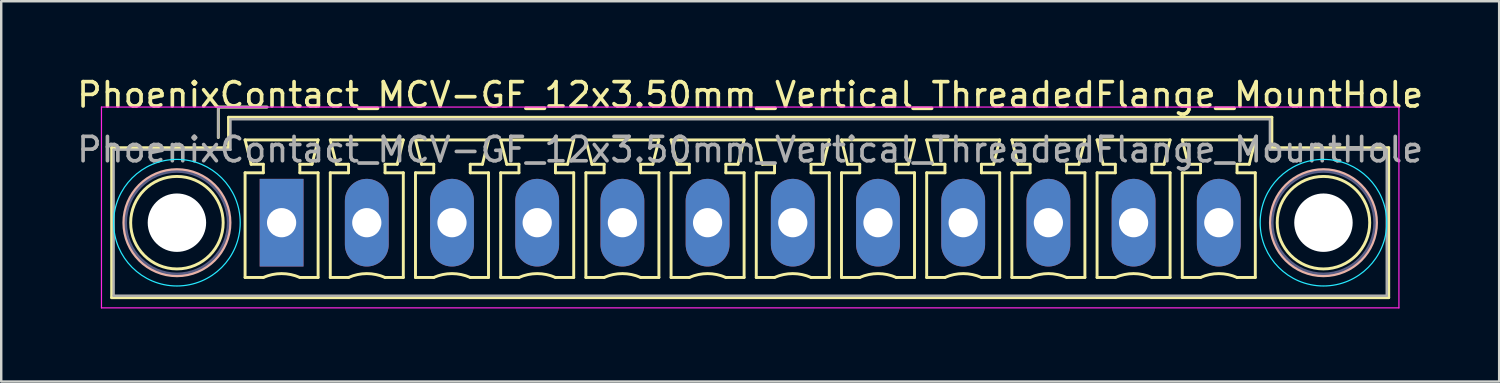
<source format=kicad_pcb>
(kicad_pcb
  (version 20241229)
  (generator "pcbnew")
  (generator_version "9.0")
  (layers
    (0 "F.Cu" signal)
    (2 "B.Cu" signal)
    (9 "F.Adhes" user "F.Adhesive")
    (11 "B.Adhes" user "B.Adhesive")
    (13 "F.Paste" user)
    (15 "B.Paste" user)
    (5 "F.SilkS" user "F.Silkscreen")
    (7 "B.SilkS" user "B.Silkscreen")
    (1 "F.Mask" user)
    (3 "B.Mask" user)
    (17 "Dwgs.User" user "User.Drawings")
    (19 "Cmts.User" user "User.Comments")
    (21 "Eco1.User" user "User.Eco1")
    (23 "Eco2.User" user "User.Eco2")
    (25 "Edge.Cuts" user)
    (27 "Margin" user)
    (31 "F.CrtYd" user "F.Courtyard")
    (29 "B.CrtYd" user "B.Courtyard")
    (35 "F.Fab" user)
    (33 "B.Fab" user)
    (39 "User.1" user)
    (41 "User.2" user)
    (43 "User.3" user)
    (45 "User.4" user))
  (footprint "PhoenixContact_MCV-GF_12x3.50mm_Vertical_ThreadedFlange_MountHole"
    (layer "F.Cu")
    (at 8.518 6.098)
    (property "Reference" "PhoenixContact_MCV-GF_12x3.50mm_Vertical_ThreadedFlange_MountHole" (at 19.25 -5.25 0) (layer "F.SilkS") (effects (font (size 1 1) (thickness 0.15))))
    (attr through_hole)
    (fp_line (start -6.98 -3.08) (end -6.98 3.08) (stroke (width 0.12) (type solid)) (layer "F.SilkS"))
    (fp_line (start -6.98 3.08) (end 45.48 3.08) (stroke (width 0.12) (type solid)) (layer "F.SilkS"))
    (fp_line (start -2.6 -4.75) (end -0.6 -4.75) (stroke (width 0.12) (type solid)) (layer "F.SilkS"))
    (fp_line (start -2.6 -3.5) (end -2.6 -4.75) (stroke (width 0.12) (type solid)) (layer "F.SilkS"))
    (fp_line (start -2.18 -4.33) (end -2.18 -3.08) (stroke (width 0.12) (type solid)) (layer "F.SilkS"))
    (fp_line (start -2.18 -3.08) (end -6.98 -3.08) (stroke (width 0.12) (type solid)) (layer "F.SilkS"))
    (fp_line (start -1.5 -3.4) (end 1.5 -3.4) (stroke (width 0.12) (type solid)) (layer "F.SilkS"))
    (fp_line (start -1.5 -2.05) (end -0.75 -2.05) (stroke (width 0.12) (type solid)) (layer "F.SilkS"))
    (fp_line (start -1.5 2.25) (end -1.5 -2.05) (stroke (width 0.12) (type solid)) (layer "F.SilkS"))
    (fp_line (start -1.25 -2.4) (end -1.5 -3.4) (stroke (width 0.12) (type solid)) (layer "F.SilkS"))
    (fp_line (start -0.75 -2.4) (end -1.25 -2.4) (stroke (width 0.12) (type solid)) (layer "F.SilkS"))
    (fp_line (start -0.75 -2.05) (end -0.75 -2.4) (stroke (width 0.12) (type solid)) (layer "F.SilkS"))
    (fp_line (start -0.75 2.25) (end -1.5 2.25) (stroke (width 0.12) (type solid)) (layer "F.SilkS"))
    (fp_line (start 0.75 -2.4) (end 0.75 -2.05) (stroke (width 0.12) (type solid)) (layer "F.SilkS"))
    (fp_line (start 0.75 -2.05) (end 1.5 -2.05) (stroke (width 0.12) (type solid)) (layer "F.SilkS"))
    (fp_line (start 1.25 -2.4) (end 0.75 -2.4) (stroke (width 0.12) (type solid)) (layer "F.SilkS"))
    (fp_line (start 1.5 -3.4) (end 1.25 -2.4) (stroke (width 0.12) (type solid)) (layer "F.SilkS"))
    (fp_line (start 1.5 -2.05) (end 1.5 2.25) (stroke (width 0.12) (type solid)) (layer "F.SilkS"))
    (fp_line (start 1.5 2.25) (end 0.75 2.25) (stroke (width 0.12) (type solid)) (layer "F.SilkS"))
    (fp_line (start 2 -3.4) (end 5 -3.4) (stroke (width 0.12) (type solid)) (layer "F.SilkS"))
    (fp_line (start 2 -2.05) (end 2.75 -2.05) (stroke (width 0.12) (type solid)) (layer "F.SilkS"))
    (fp_line (start 2 2.25) (end 2 -2.05) (stroke (width 0.12) (type solid)) (layer "F.SilkS"))
    (fp_line (start 2.25 -2.4) (end 2 -3.4) (stroke (width 0.12) (type solid)) (layer "F.SilkS"))
    (fp_line (start 2.75 -2.4) (end 2.25 -2.4) (stroke (width 0.12) (type solid)) (layer "F.SilkS"))
    (fp_line (start 2.75 -2.05) (end 2.75 -2.4) (stroke (width 0.12) (type solid)) (layer "F.SilkS"))
    (fp_line (start 2.75 2.25) (end 2 2.25) (stroke (width 0.12) (type solid)) (layer "F.SilkS"))
    (fp_line (start 4.25 -2.4) (end 4.25 -2.05) (stroke (width 0.12) (type solid)) (layer "F.SilkS"))
    (fp_line (start 4.25 -2.05) (end 5 -2.05) (stroke (width 0.12) (type solid)) (layer "F.SilkS"))
    (fp_line (start 4.75 -2.4) (end 4.25 -2.4) (stroke (width 0.12) (type solid)) (layer "F.SilkS"))
    (fp_line (start 5 -3.4) (end 4.75 -2.4) (stroke (width 0.12) (type solid)) (layer "F.SilkS"))
    (fp_line (start 5 -2.05) (end 5 2.25) (stroke (width 0.12) (type solid)) (layer "F.SilkS"))
    (fp_line (start 5 2.25) (end 4.25 2.25) (stroke (width 0.12) (type solid)) (layer "F.SilkS"))
    (fp_line (start 5.5 -3.4) (end 8.5 -3.4) (stroke (width 0.12) (type solid)) (layer "F.SilkS"))
    (fp_line (start 5.5 -2.05) (end 6.25 -2.05) (stroke (width 0.12) (type solid)) (layer "F.SilkS"))
    (fp_line (start 5.5 2.25) (end 5.5 -2.05) (stroke (width 0.12) (type solid)) (layer "F.SilkS"))
    (fp_line (start 5.75 -2.4) (end 5.5 -3.4) (stroke (width 0.12) (type solid)) (layer "F.SilkS"))
    (fp_line (start 6.25 -2.4) (end 5.75 -2.4) (stroke (width 0.12) (type solid)) (layer "F.SilkS"))
    (fp_line (start 6.25 -2.05) (end 6.25 -2.4) (stroke (width 0.12) (type solid)) (layer "F.SilkS"))
    (fp_line (start 6.25 2.25) (end 5.5 2.25) (stroke (width 0.12) (type solid)) (layer "F.SilkS"))
    (fp_line (start 7.75 -2.4) (end 7.75 -2.05) (stroke (width 0.12) (type solid)) (layer "F.SilkS"))
    (fp_line (start 7.75 -2.05) (end 8.5 -2.05) (stroke (width 0.12) (type solid)) (layer "F.SilkS"))
    (fp_line (start 8.25 -2.4) (end 7.75 -2.4) (stroke (width 0.12) (type solid)) (layer "F.SilkS"))
    (fp_line (start 8.5 -3.4) (end 8.25 -2.4) (stroke (width 0.12) (type solid)) (layer "F.SilkS"))
    (fp_line (start 8.5 -2.05) (end 8.5 2.25) (stroke (width 0.12) (type solid)) (layer "F.SilkS"))
    (fp_line (start 8.5 2.25) (end 7.75 2.25) (stroke (width 0.12) (type solid)) (layer "F.SilkS"))
    (fp_line (start 9 -3.4) (end 12 -3.4) (stroke (width 0.12) (type solid)) (layer "F.SilkS"))
    (fp_line (start 9 -2.05) (end 9.75 -2.05) (stroke (width 0.12) (type solid)) (layer "F.SilkS"))
    (fp_line (start 9 2.25) (end 9 -2.05) (stroke (width 0.12) (type solid)) (layer "F.SilkS"))
    (fp_line (start 9.25 -2.4) (end 9 -3.4) (stroke (width 0.12) (type solid)) (layer "F.SilkS"))
    (fp_line (start 9.75 -2.4) (end 9.25 -2.4) (stroke (width 0.12) (type solid)) (layer "F.SilkS"))
    (fp_line (start 9.75 -2.05) (end 9.75 -2.4) (stroke (width 0.12) (type solid)) (layer "F.SilkS"))
    (fp_line (start 9.75 2.25) (end 9 2.25) (stroke (width 0.12) (type solid)) (layer "F.SilkS"))
    (fp_line (start 11.25 -2.4) (end 11.25 -2.05) (stroke (width 0.12) (type solid)) (layer "F.SilkS"))
    (fp_line (start 11.25 -2.05) (end 12 -2.05) (stroke (width 0.12) (type solid)) (layer "F.SilkS"))
    (fp_line (start 11.75 -2.4) (end 11.25 -2.4) (stroke (width 0.12) (type solid)) (layer "F.SilkS"))
    (fp_line (start 12 -3.4) (end 11.75 -2.4) (stroke (width 0.12) (type solid)) (layer "F.SilkS"))
    (fp_line (start 12 -2.05) (end 12 2.25) (stroke (width 0.12) (type solid)) (layer "F.SilkS"))
    (fp_line (start 12 2.25) (end 11.25 2.25) (stroke (width 0.12) (type solid)) (layer "F.SilkS"))
    (fp_line (start 12.5 -3.4) (end 15.5 -3.4) (stroke (width 0.12) (type solid)) (layer "F.SilkS"))
    (fp_line (start 12.5 -2.05) (end 13.25 -2.05) (stroke (width 0.12) (type solid)) (layer "F.SilkS"))
    (fp_line (start 12.5 2.25) (end 12.5 -2.05) (stroke (width 0.12) (type solid)) (layer "F.SilkS"))
    (fp_line (start 12.75 -2.4) (end 12.5 -3.4) (stroke (width 0.12) (type solid)) (layer "F.SilkS"))
    (fp_line (start 13.25 -2.4) (end 12.75 -2.4) (stroke (width 0.12) (type solid)) (layer "F.SilkS"))
    (fp_line (start 13.25 -2.05) (end 13.25 -2.4) (stroke (width 0.12) (type solid)) (layer "F.SilkS"))
    (fp_line (start 13.25 2.25) (end 12.5 2.25) (stroke (width 0.12) (type solid)) (layer "F.SilkS"))
    (fp_line (start 14.75 -2.4) (end 14.75 -2.05) (stroke (width 0.12) (type solid)) (layer "F.SilkS"))
    (fp_line (start 14.75 -2.05) (end 15.5 -2.05) (stroke (width 0.12) (type solid)) (layer "F.SilkS"))
    (fp_line (start 15.25 -2.4) (end 14.75 -2.4) (stroke (width 0.12) (type solid)) (layer "F.SilkS"))
    (fp_line (start 15.5 -3.4) (end 15.25 -2.4) (stroke (width 0.12) (type solid)) (layer "F.SilkS"))
    (fp_line (start 15.5 -2.05) (end 15.5 2.25) (stroke (width 0.12) (type solid)) (layer "F.SilkS"))
    (fp_line (start 15.5 2.25) (end 14.75 2.25) (stroke (width 0.12) (type solid)) (layer "F.SilkS"))
    (fp_line (start 16 -3.4) (end 19 -3.4) (stroke (width 0.12) (type solid)) (layer "F.SilkS"))
    (fp_line (start 16 -2.05) (end 16.75 -2.05) (stroke (width 0.12) (type solid)) (layer "F.SilkS"))
    (fp_line (start 16 2.25) (end 16 -2.05) (stroke (width 0.12) (type solid)) (layer "F.SilkS"))
    (fp_line (start 16.25 -2.4) (end 16 -3.4) (stroke (width 0.12) (type solid)) (layer "F.SilkS"))
    (fp_line (start 16.75 -2.4) (end 16.25 -2.4) (stroke (width 0.12) (type solid)) (layer "F.SilkS"))
    (fp_line (start 16.75 -2.05) (end 16.75 -2.4) (stroke (width 0.12) (type solid)) (layer "F.SilkS"))
    (fp_line (start 16.75 2.25) (end 16 2.25) (stroke (width 0.12) (type solid)) (layer "F.SilkS"))
    (fp_line (start 18.25 -2.4) (end 18.25 -2.05) (stroke (width 0.12) (type solid)) (layer "F.SilkS"))
    (fp_line (start 18.25 -2.05) (end 19 -2.05) (stroke (width 0.12) (type solid)) (layer "F.SilkS"))
    (fp_line (start 18.75 -2.4) (end 18.25 -2.4) (stroke (width 0.12) (type solid)) (layer "F.SilkS"))
    (fp_line (start 19 -3.4) (end 18.75 -2.4) (stroke (width 0.12) (type solid)) (layer "F.SilkS"))
    (fp_line (start 19 -2.05) (end 19 2.25) (stroke (width 0.12) (type solid)) (layer "F.SilkS"))
    (fp_line (start 19 2.25) (end 18.25 2.25) (stroke (width 0.12) (type solid)) (layer "F.SilkS"))
    (fp_line (start 19.5 -3.4) (end 22.5 -3.4) (stroke (width 0.12) (type solid)) (layer "F.SilkS"))
    (fp_line (start 19.5 -2.05) (end 20.25 -2.05) (stroke (width 0.12) (type solid)) (layer "F.SilkS"))
    (fp_line (start 19.5 2.25) (end 19.5 -2.05) (stroke (width 0.12) (type solid)) (layer "F.SilkS"))
    (fp_line (start 19.75 -2.4) (end 19.5 -3.4) (stroke (width 0.12) (type solid)) (layer "F.SilkS"))
    (fp_line (start 20.25 -2.4) (end 19.75 -2.4) (stroke (width 0.12) (type solid)) (layer "F.SilkS"))
    (fp_line (start 20.25 -2.05) (end 20.25 -2.4) (stroke (width 0.12) (type solid)) (layer "F.SilkS"))
    (fp_line (start 20.25 2.25) (end 19.5 2.25) (stroke (width 0.12) (type solid)) (layer "F.SilkS"))
    (fp_line (start 21.75 -2.4) (end 21.75 -2.05) (stroke (width 0.12) (type solid)) (layer "F.SilkS"))
    (fp_line (start 21.75 -2.05) (end 22.5 -2.05) (stroke (width 0.12) (type solid)) (layer "F.SilkS"))
    (fp_line (start 22.25 -2.4) (end 21.75 -2.4) (stroke (width 0.12) (type solid)) (layer "F.SilkS"))
    (fp_line (start 22.5 -3.4) (end 22.25 -2.4) (stroke (width 0.12) (type solid)) (layer "F.SilkS"))
    (fp_line (start 22.5 -2.05) (end 22.5 2.25) (stroke (width 0.12) (type solid)) (layer "F.SilkS"))
    (fp_line (start 22.5 2.25) (end 21.75 2.25) (stroke (width 0.12) (type solid)) (layer "F.SilkS"))
    (fp_line (start 23 -3.4) (end 26 -3.4) (stroke (width 0.12) (type solid)) (layer "F.SilkS"))
    (fp_line (start 23 -2.05) (end 23.75 -2.05) (stroke (width 0.12) (type solid)) (layer "F.SilkS"))
    (fp_line (start 23 2.25) (end 23 -2.05) (stroke (width 0.12) (type solid)) (layer "F.SilkS"))
    (fp_line (start 23.25 -2.4) (end 23 -3.4) (stroke (width 0.12) (type solid)) (layer "F.SilkS"))
    (fp_line (start 23.75 -2.4) (end 23.25 -2.4) (stroke (width 0.12) (type solid)) (layer "F.SilkS"))
    (fp_line (start 23.75 -2.05) (end 23.75 -2.4) (stroke (width 0.12) (type solid)) (layer "F.SilkS"))
    (fp_line (start 23.75 2.25) (end 23 2.25) (stroke (width 0.12) (type solid)) (layer "F.SilkS"))
    (fp_line (start 25.25 -2.4) (end 25.25 -2.05) (stroke (width 0.12) (type solid)) (layer "F.SilkS"))
    (fp_line (start 25.25 -2.05) (end 26 -2.05) (stroke (width 0.12) (type solid)) (layer "F.SilkS"))
    (fp_line (start 25.75 -2.4) (end 25.25 -2.4) (stroke (width 0.12) (type solid)) (layer "F.SilkS"))
    (fp_line (start 26 -3.4) (end 25.75 -2.4) (stroke (width 0.12) (type solid)) (layer "F.SilkS"))
    (fp_line (start 26 -2.05) (end 26 2.25) (stroke (width 0.12) (type solid)) (layer "F.SilkS"))
    (fp_line (start 26 2.25) (end 25.25 2.25) (stroke (width 0.12) (type solid)) (layer "F.SilkS"))
    (fp_line (start 26.5 -3.4) (end 29.5 -3.4) (stroke (width 0.12) (type solid)) (layer "F.SilkS"))
    (fp_line (start 26.5 -2.05) (end 27.25 -2.05) (stroke (width 0.12) (type solid)) (layer "F.SilkS"))
    (fp_line (start 26.5 2.25) (end 26.5 -2.05) (stroke (width 0.12) (type solid)) (layer "F.SilkS"))
    (fp_line (start 26.75 -2.4) (end 26.5 -3.4) (stroke (width 0.12) (type solid)) (layer "F.SilkS"))
    (fp_line (start 27.25 -2.4) (end 26.75 -2.4) (stroke (width 0.12) (type solid)) (layer "F.SilkS"))
    (fp_line (start 27.25 -2.05) (end 27.25 -2.4) (stroke (width 0.12) (type solid)) (layer "F.SilkS"))
    (fp_line (start 27.25 2.25) (end 26.5 2.25) (stroke (width 0.12) (type solid)) (layer "F.SilkS"))
    (fp_line (start 28.75 -2.4) (end 28.75 -2.05) (stroke (width 0.12) (type solid)) (layer "F.SilkS"))
    (fp_line (start 28.75 -2.05) (end 29.5 -2.05) (stroke (width 0.12) (type solid)) (layer "F.SilkS"))
    (fp_line (start 29.25 -2.4) (end 28.75 -2.4) (stroke (width 0.12) (type solid)) (layer "F.SilkS"))
    (fp_line (start 29.5 -3.4) (end 29.25 -2.4) (stroke (width 0.12) (type solid)) (layer "F.SilkS"))
    (fp_line (start 29.5 -2.05) (end 29.5 2.25) (stroke (width 0.12) (type solid)) (layer "F.SilkS"))
    (fp_line (start 29.5 2.25) (end 28.75 2.25) (stroke (width 0.12) (type solid)) (layer "F.SilkS"))
    (fp_line (start 30 -3.4) (end 33 -3.4) (stroke (width 0.12) (type solid)) (layer "F.SilkS"))
    (fp_line (start 30 -2.05) (end 30.75 -2.05) (stroke (width 0.12) (type solid)) (layer "F.SilkS"))
    (fp_line (start 30 2.25) (end 30 -2.05) (stroke (width 0.12) (type solid)) (layer "F.SilkS"))
    (fp_line (start 30.25 -2.4) (end 30 -3.4) (stroke (width 0.12) (type solid)) (layer "F.SilkS"))
    (fp_line (start 30.75 -2.4) (end 30.25 -2.4) (stroke (width 0.12) (type solid)) (layer "F.SilkS"))
    (fp_line (start 30.75 -2.05) (end 30.75 -2.4) (stroke (width 0.12) (type solid)) (layer "F.SilkS"))
    (fp_line (start 30.75 2.25) (end 30 2.25) (stroke (width 0.12) (type solid)) (layer "F.SilkS"))
    (fp_line (start 32.25 -2.4) (end 32.25 -2.05) (stroke (width 0.12) (type solid)) (layer "F.SilkS"))
    (fp_line (start 32.25 -2.05) (end 33 -2.05) (stroke (width 0.12) (type solid)) (layer "F.SilkS"))
    (fp_line (start 32.75 -2.4) (end 32.25 -2.4) (stroke (width 0.12) (type solid)) (layer "F.SilkS"))
    (fp_line (start 33 -3.4) (end 32.75 -2.4) (stroke (width 0.12) (type solid)) (layer "F.SilkS"))
    (fp_line (start 33 -2.05) (end 33 2.25) (stroke (width 0.12) (type solid)) (layer "F.SilkS"))
    (fp_line (start 33 2.25) (end 32.25 2.25) (stroke (width 0.12) (type solid)) (layer "F.SilkS"))
    (fp_line (start 33.5 -3.4) (end 36.5 -3.4) (stroke (width 0.12) (type solid)) (layer "F.SilkS"))
    (fp_line (start 33.5 -2.05) (end 34.25 -2.05) (stroke (width 0.12) (type solid)) (layer "F.SilkS"))
    (fp_line (start 33.5 2.25) (end 33.5 -2.05) (stroke (width 0.12) (type solid)) (layer "F.SilkS"))
    (fp_line (start 33.75 -2.4) (end 33.5 -3.4) (stroke (width 0.12) (type solid)) (layer "F.SilkS"))
    (fp_line (start 34.25 -2.4) (end 33.75 -2.4) (stroke (width 0.12) (type solid)) (layer "F.SilkS"))
    (fp_line (start 34.25 -2.05) (end 34.25 -2.4) (stroke (width 0.12) (type solid)) (layer "F.SilkS"))
    (fp_line (start 34.25 2.25) (end 33.5 2.25) (stroke (width 0.12) (type solid)) (layer "F.SilkS"))
    (fp_line (start 35.75 -2.4) (end 35.75 -2.05) (stroke (width 0.12) (type solid)) (layer "F.SilkS"))
    (fp_line (start 35.75 -2.05) (end 36.5 -2.05) (stroke (width 0.12) (type solid)) (layer "F.SilkS"))
    (fp_line (start 36.25 -2.4) (end 35.75 -2.4) (stroke (width 0.12) (type solid)) (layer "F.SilkS"))
    (fp_line (start 36.5 -3.4) (end 36.25 -2.4) (stroke (width 0.12) (type solid)) (layer "F.SilkS"))
    (fp_line (start 36.5 -2.05) (end 36.5 2.25) (stroke (width 0.12) (type solid)) (layer "F.SilkS"))
    (fp_line (start 36.5 2.25) (end 35.75 2.25) (stroke (width 0.12) (type solid)) (layer "F.SilkS"))
    (fp_line (start 37 -3.4) (end 40 -3.4) (stroke (width 0.12) (type solid)) (layer "F.SilkS"))
    (fp_line (start 37 -2.05) (end 37.75 -2.05) (stroke (width 0.12) (type solid)) (layer "F.SilkS"))
    (fp_line (start 37 2.25) (end 37 -2.05) (stroke (width 0.12) (type solid)) (layer "F.SilkS"))
    (fp_line (start 37.25 -2.4) (end 37 -3.4) (stroke (width 0.12) (type solid)) (layer "F.SilkS"))
    (fp_line (start 37.75 -2.4) (end 37.25 -2.4) (stroke (width 0.12) (type solid)) (layer "F.SilkS"))
    (fp_line (start 37.75 -2.05) (end 37.75 -2.4) (stroke (width 0.12) (type solid)) (layer "F.SilkS"))
    (fp_line (start 37.75 2.25) (end 37 2.25) (stroke (width 0.12) (type solid)) (layer "F.SilkS"))
    (fp_line (start 39.25 -2.4) (end 39.25 -2.05) (stroke (width 0.12) (type solid)) (layer "F.SilkS"))
    (fp_line (start 39.25 -2.05) (end 40 -2.05) (stroke (width 0.12) (type solid)) (layer "F.SilkS"))
    (fp_line (start 39.75 -2.4) (end 39.25 -2.4) (stroke (width 0.12) (type solid)) (layer "F.SilkS"))
    (fp_line (start 40 -3.4) (end 39.75 -2.4) (stroke (width 0.12) (type solid)) (layer "F.SilkS"))
    (fp_line (start 40 -2.05) (end 40 2.25) (stroke (width 0.12) (type solid)) (layer "F.SilkS"))
    (fp_line (start 40 2.25) (end 39.25 2.25) (stroke (width 0.12) (type solid)) (layer "F.SilkS"))
    (fp_line (start 40.68 -4.33) (end -2.18 -4.33) (stroke (width 0.12) (type solid)) (layer "F.SilkS"))
    (fp_line (start 40.68 -3.08) (end 40.68 -4.33) (stroke (width 0.12) (type solid)) (layer "F.SilkS"))
    (fp_line (start 45.48 -3.08) (end 40.68 -3.08) (stroke (width 0.12) (type solid)) (layer "F.SilkS"))
    (fp_line (start 45.48 3.08) (end 45.48 -3.08) (stroke (width 0.12) (type solid)) (layer "F.SilkS"))
    (fp_arc (start -0.75 2.25) (mid -0.000193 2.09191) (end 0.749647 2.249844) (stroke (width 0.12) (type solid)) (layer "F.SilkS"))
    (fp_arc (start 2.75 2.25) (mid 3.499807 2.09191) (end 4.249647 2.249844) (stroke (width 0.12) (type solid)) (layer "F.SilkS"))
    (fp_arc (start 6.25 2.25) (mid 6.999807 2.09191) (end 7.749647 2.249844) (stroke (width 0.12) (type solid)) (layer "F.SilkS"))
    (fp_arc (start 9.75 2.25) (mid 10.499807 2.09191) (end 11.249647 2.249844) (stroke (width 0.12) (type solid)) (layer "F.SilkS"))
    (fp_arc (start 13.25 2.25) (mid 13.999807 2.09191) (end 14.749647 2.249844) (stroke (width 0.12) (type solid)) (layer "F.SilkS"))
    (fp_arc (start 16.75 2.25) (mid 17.499807 2.09191) (end 18.249647 2.249844) (stroke (width 0.12) (type solid)) (layer "F.SilkS"))
    (fp_arc (start 20.25 2.25) (mid 20.999807 2.09191) (end 21.749647 2.249844) (stroke (width 0.12) (type solid)) (layer "F.SilkS"))
    (fp_arc (start 23.75 2.25) (mid 24.499807 2.09191) (end 25.249647 2.249844) (stroke (width 0.12) (type solid)) (layer "F.SilkS"))
    (fp_arc (start 27.25 2.25) (mid 27.999807 2.09191) (end 28.749647 2.249844) (stroke (width 0.12) (type solid)) (layer "F.SilkS"))
    (fp_arc (start 30.75 2.25) (mid 31.499807 2.09191) (end 32.249647 2.249844) (stroke (width 0.12) (type solid)) (layer "F.SilkS"))
    (fp_arc (start 34.25 2.25) (mid 34.999807 2.09191) (end 35.749647 2.249844) (stroke (width 0.12) (type solid)) (layer "F.SilkS"))
    (fp_arc (start 37.75 2.25) (mid 38.499807 2.09191) (end 39.249647 2.249844) (stroke (width 0.12) (type solid)) (layer "F.SilkS"))
    (fp_circle (center -4.3 0) (end -2.4 0) (stroke (width 0.12) (type solid)) (fill no) (layer "F.SilkS"))
    (fp_circle (center 42.8 0) (end 44.7 0) (stroke (width 0.12) (type solid)) (fill no) (layer "F.SilkS"))
    (fp_circle (center -4.3 0) (end -2.12 0) (stroke (width 0.12) (type solid)) (fill no) (layer "B.SilkS"))
    (fp_circle (center 42.8 0) (end 44.98 0) (stroke (width 0.12) (type solid)) (fill no) (layer "B.SilkS"))
    (fp_circle (center -4.3 0) (end -1.7 0) (stroke (width 0.05) (type solid)) (fill no) (layer "B.CrtYd"))
    (fp_circle (center 42.8 0) (end 45.4 0) (stroke (width 0.05) (type solid)) (fill no) (layer "B.CrtYd"))
    (fp_line (start -7.4 -4.75) (end -7.4 3.5) (stroke (width 0.05) (type solid)) (layer "F.CrtYd"))
    (fp_line (start -7.4 3.5) (end 45.9 3.5) (stroke (width 0.05) (type solid)) (layer "F.CrtYd"))
    (fp_line (start 45.9 -4.75) (end -7.4 -4.75) (stroke (width 0.05) (type solid)) (layer "F.CrtYd"))
    (fp_line (start 45.9 3.5) (end 45.9 -4.75) (stroke (width 0.05) (type solid)) (layer "F.CrtYd"))
    (fp_circle (center -4.3 0) (end -2.2 0) (stroke (width 0.1) (type solid)) (fill no) (layer "B.Fab"))
    (fp_circle (center 42.8 0) (end 44.9 0) (stroke (width 0.1) (type solid)) (fill no) (layer "B.Fab"))
    (fp_line (start -6.9 -3) (end -6.9 3) (stroke (width 0.1) (type solid)) (layer "F.Fab"))
    (fp_line (start -6.9 3) (end 45.4 3) (stroke (width 0.1) (type solid)) (layer "F.Fab"))
    (fp_line (start -2.6 -4.75) (end -0.6 -4.75) (stroke (width 0.1) (type solid)) (layer "F.Fab"))
    (fp_line (start -2.6 -3.5) (end -2.6 -4.75) (stroke (width 0.1) (type solid)) (layer "F.Fab"))
    (fp_line (start -2.1 -4.25) (end -2.1 -3) (stroke (width 0.1) (type solid)) (layer "F.Fab"))
    (fp_line (start -2.1 -3) (end -6.9 -3) (stroke (width 0.1) (type solid)) (layer "F.Fab"))
    (fp_line (start 40.6 -4.25) (end -2.1 -4.25) (stroke (width 0.1) (type solid)) (layer "F.Fab"))
    (fp_line (start 40.6 -3) (end 40.6 -4.25) (stroke (width 0.1) (type solid)) (layer "F.Fab"))
    (fp_line (start 45.4 -3) (end 40.6 -3) (stroke (width 0.1) (type solid)) (layer "F.Fab"))
    (fp_line (start 45.4 3) (end 45.4 -3) (stroke (width 0.1) (type solid)) (layer "F.Fab"))
    (fp_text user "${REFERENCE}" (at 19.25 -3 0) (layer "F.Fab") (effects (font (size 1 1) (thickness 0.15))))
    (pad "" np_thru_hole circle (at -4.3 0) (size 2.4 2.4) (drill 2.4) (layers "*.Cu" "*.Mask"))
    (pad "" np_thru_hole circle (at 42.8 0) (size 2.4 2.4) (drill 2.4) (layers "*.Cu" "*.Mask"))
    (pad "1" thru_hole rect (at 0 0) (size 1.8 3.6) (drill 1.2) (layers "*.Cu" "*.Mask"))
    (pad "2" thru_hole oval (at 3.5 0) (size 1.8 3.6) (drill 1.2) (layers "*.Cu" "*.Mask"))
    (pad "3" thru_hole oval (at 7 0) (size 1.8 3.6) (drill 1.2) (layers "*.Cu" "*.Mask"))
    (pad "4" thru_hole oval (at 10.5 0) (size 1.8 3.6) (drill 1.2) (layers "*.Cu" "*.Mask"))
    (pad "5" thru_hole oval (at 14 0) (size 1.8 3.6) (drill 1.2) (layers "*.Cu" "*.Mask"))
    (pad "6" thru_hole oval (at 17.5 0) (size 1.8 3.6) (drill 1.2) (layers "*.Cu" "*.Mask"))
    (pad "7" thru_hole oval (at 21 0) (size 1.8 3.6) (drill 1.2) (layers "*.Cu" "*.Mask"))
    (pad "8" thru_hole oval (at 24.5 0) (size 1.8 3.6) (drill 1.2) (layers "*.Cu" "*.Mask"))
    (pad "9" thru_hole oval (at 28 0) (size 1.8 3.6) (drill 1.2) (layers "*.Cu" "*.Mask"))
    (pad "10" thru_hole oval (at 31.5 0) (size 1.8 3.6) (drill 1.2) (layers "*.Cu" "*.Mask"))
    (pad "11" thru_hole oval (at 35 0) (size 1.8 3.6) (drill 1.2) (layers "*.Cu" "*.Mask"))
    (pad "12" thru_hole oval (at 38.5 0) (size 1.8 3.6) (drill 1.2) (layers "*.Cu" "*.Mask")))
  (gr_rect
    (start -3 -3)
    (end 58.536 12.623)
    (stroke (width 0.1) (type default))
    (fill no)
    (layer "Edge.Cuts")))
</source>
